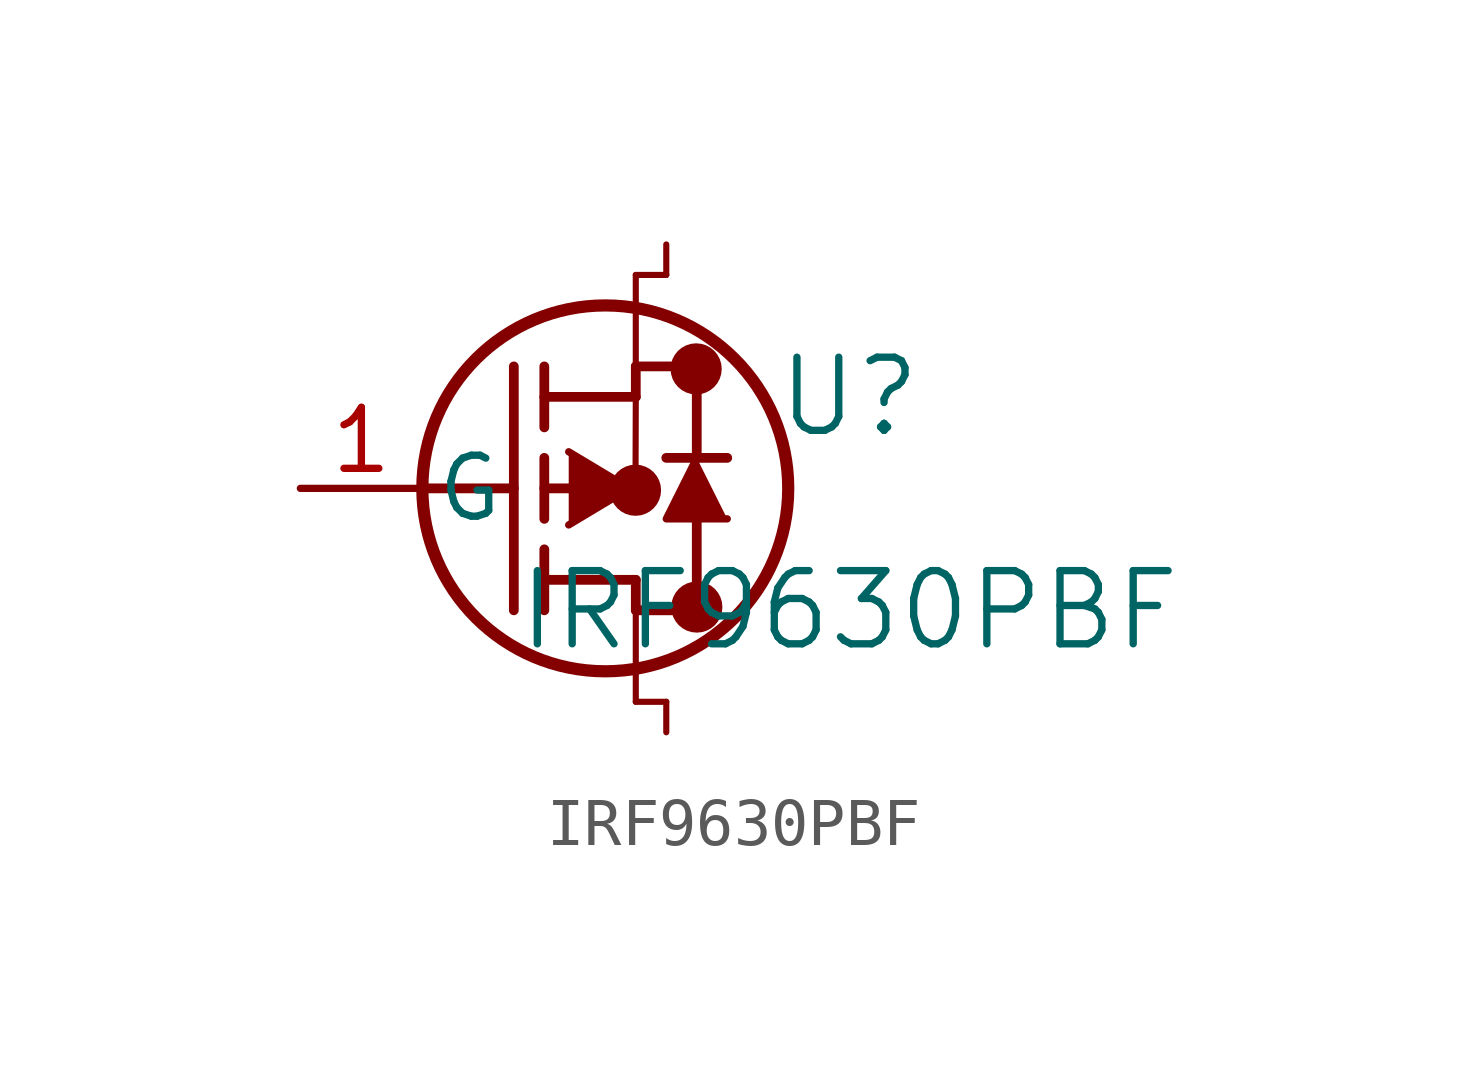
<source format=kicad_sym>
(kicad_symbol_lib
  (version 20211014)
  (generator kicad_symbol_editor)
  (symbol "IRF9630PBF"
    (pin_names
      (offset 0.254))
    (property "Reference" "U"
      (at 11.43 1.905 0)
      (effects (font (size 1.524 1.524))))
    (property "Value" "IRF9630PBF"
      (at 11.43 -2.54 0)
      (effects (font (size 1.524 1.524))))
    (symbol "IRF9630PBF_0_1"
      (circle (center 8.242 2.488) (radius 0.025) (stroke (width 0.508) (type default) (color 0 0 0 0)) (fill (type none)))
      (circle (center 8.256 -2.472) (radius 0.025) (stroke (width 0.508) (type default) (color 0 0 0 0)) (fill (type none)))
      (circle (center 6.979 -0.039) (radius 0.025) (stroke (width 0.508) (type default) (color 0 0 0 0)) (fill (type none)))
      (circle (center 6.35 0) (radius 3.81) (stroke (width 0.254) (type default) (color 0 0 0 0)) (fill (type none)))
      (polyline (pts (xy 2.54 0) (xy 4.445 0)) (stroke (width 0.203) (type default) (color 0 0 0 0)) (fill (type none)))
      (polyline (pts (xy 4.445 -2.54) (xy 4.445 2.54)) (stroke (width 0.203) (type default) (color 0 0 0 0)) (fill (type none)))
      (polyline (pts (xy 5.08 -0.635) (xy 5.08 0.635)) (stroke (width 0.203) (type default) (color 0 0 0 0)) (fill (type none)))
      (polyline (pts (xy 5.08 -2.54) (xy 5.08 -1.27)) (stroke (width 0.203) (type default) (color 0 0 0 0)) (fill (type none)))
      (polyline (pts (xy 5.08 1.27) (xy 5.08 2.54)) (stroke (width 0.203) (type default) (color 0 0 0 0)) (fill (type none)))
      (polyline (pts (xy 5.08 0) (xy 5.842 0)) (stroke (width 0.203) (type default) (color 0 0 0 0)) (fill (type none)))
      (polyline (pts (xy 5.08 -1.905) (xy 6.985 -1.905)) (stroke (width 0.203) (type default) (color 0 0 0 0)) (fill (type none)))
      (polyline (pts (xy 6.985 -2.54) (xy 6.985 -1.905)) (stroke (width 0.203) (type default) (color 0 0 0 0)) (fill (type none)))
      (polyline (pts (xy 6.985 -2.54) (xy 8.255 -2.54)) (stroke (width 0.203) (type default) (color 0 0 0 0)) (fill (type none)))
      (polyline (pts (xy 5.08 1.905) (xy 6.985 1.905)) (stroke (width 0.203) (type default) (color 0 0 0 0)) (fill (type none)))
      (polyline (pts (xy 8.255 0.635) (xy 8.255 2.54)) (stroke (width 0.203) (type default) (color 0 0 0 0)) (fill (type none)))
      (polyline (pts (xy 5.588 0.762) (xy 6.858 0) (xy 5.588 -0.762)) (stroke (width 0) (type default) (color 0 0 0 0)) (fill (type outline)))
      (polyline (pts (xy 8.89 -0.635) (xy 7.62 -0.635) (xy 8.255 0.635)) (stroke (width 0) (type default) (color 0 0 0 0)) (fill (type outline)))
      (polyline (pts (xy 8.255 -2.54) (xy 8.255 -0.635)) (stroke (width 0.203) (type default) (color 0 0 0 0)) (fill (type none)))
      (polyline (pts (xy 8.89 0.635) (xy 7.62 0.635)) (stroke (width 0.203) (type default) (color 0 0 0 0)) (fill (type none)))
      (polyline (pts (xy 6.985 2.54) (xy 8.255 2.54)) (stroke (width 0.203) (type default) (color 0 0 0 0)) (fill (type none)))
      (polyline (pts (xy 6.985 1.905) (xy 6.985 2.54)) (stroke (width 0.203) (type default) (color 0 0 0 0)) (fill (type none)))
      (polyline (pts (xy 6.985 1.905) (xy 6.979 -0.039)) (stroke (width 0.127) (type default) (color 0 0 0 0)) (fill (type none)))
      (polyline (pts (xy 6.979 -0.039) (xy 6.604 0)) (stroke (width 0.127) (type default) (color 0 0 0 0)) (fill (type none)))
      (polyline (pts (xy 7.62 -4.445) (xy 7.62 -5.08)) (stroke (width 0.127) (type default) (color 0 0 0 0)) (fill (type none)))
      (polyline (pts (xy 7.62 -4.445) (xy 6.985 -4.445)) (stroke (width 0.127) (type default) (color 0 0 0 0)) (fill (type none)))
      (polyline (pts (xy 6.985 -2.54) (xy 6.985 -4.445)) (stroke (width 0.127) (type default) (color 0 0 0 0)) (fill (type none)))
      (polyline (pts (xy 7.62 5.08) (xy 7.62 4.445)) (stroke (width 0.127) (type default) (color 0 0 0 0)) (fill (type none)))
      (polyline (pts (xy 7.62 4.445) (xy 6.985 4.445)) (stroke (width 0.127) (type default) (color 0 0 0 0)) (fill (type none)))
      (polyline (pts (xy 6.985 4.445) (xy 6.985 2.54)) (stroke (width 0.127) (type default) (color 0 0 0 0)) (fill (type none)))
      (pin unspecified line (at 0 0 0) (length 2.54) (name "G" (effects (font (size 1.27 1.27)))) (number "1" (effects (font (size 1.27 1.27))))))))
</source>
